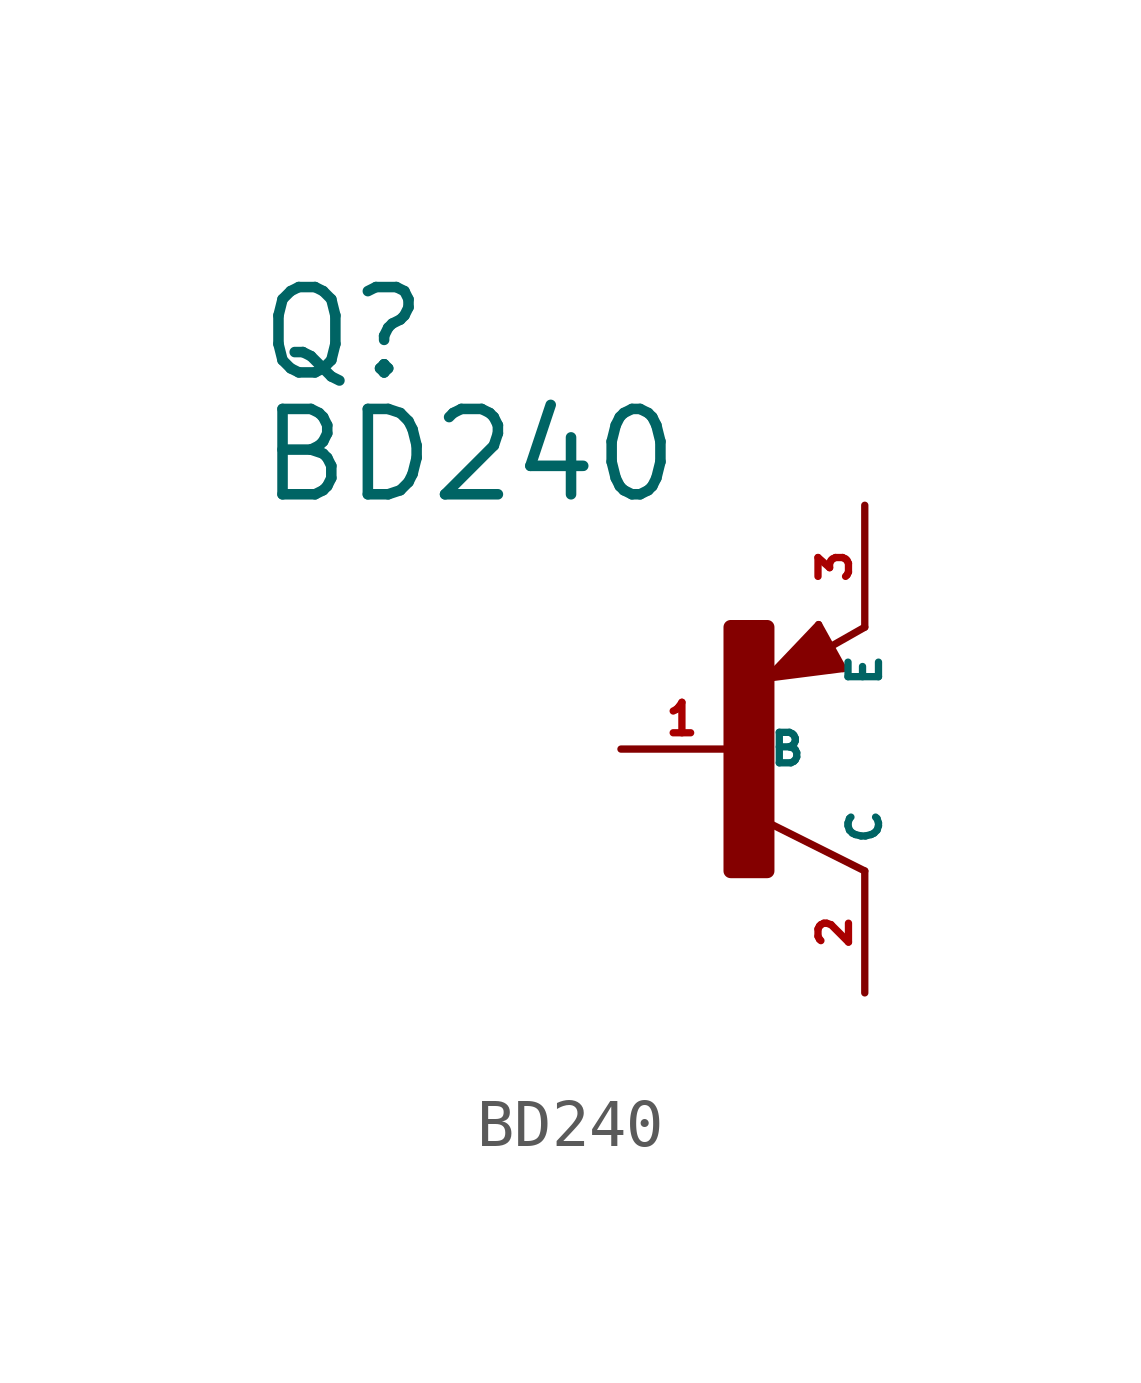
<source format=kicad_sym>
(kicad_symbol_lib
  (version 20220914)
  (generator Eagle2Kicad)
  (symbol "BD240"
    (property "Reference" "Q"
      (at -10.16 7.62 0)
      (effects (font (size 1.778 1.778) (thickness 0.22)) (justify left bottom)))
    (property "Value" "BD240"
      (at -10.16 5.08 0)
      (effects (font (size 1.778 1.778) (thickness 0.22)) (justify left bottom)))
    (polyline
      (pts (xy 2.086 1.678) (xy 1.578 2.594))
      (stroke (width 0.152) (type default))
      (fill (type none)))
    (polyline
      (pts (xy 1.578 2.594) (xy 0.516 1.478))
      (stroke (width 0.152) (type default))
      (fill (type none)))
    (polyline
      (pts (xy 0.516 1.478) (xy 2.086 1.678))
      (stroke (width 0.152) (type default))
      (fill (type none)))
    (polyline
      (pts (xy 2.54 2.54) (xy 1.808 2.124))
      (stroke (width 0.152) (type default))
      (fill (type none)))
    (polyline
      (pts (xy 2.54 -2.54) (xy 0.508 -1.524))
      (stroke (width 0.152) (type default))
      (fill (type none)))
    (polyline
      (pts (xy 1.905 1.778) (xy 1.524 2.413))
      (stroke (width 0.254) (type default))
      (fill (type none)))
    (polyline
      (pts (xy 1.524 2.413) (xy 0.762 1.651))
      (stroke (width 0.254) (type default))
      (fill (type none)))
    (polyline
      (pts (xy 0.762 1.651) (xy 1.778 1.778))
      (stroke (width 0.254) (type default))
      (fill (type none)))
    (polyline
      (pts (xy 1.778 1.778) (xy 1.524 2.159))
      (stroke (width 0.254) (type default))
      (fill (type none)))
    (polyline
      (pts (xy 1.524 2.159) (xy 1.143 1.905))
      (stroke (width 0.254) (type default))
      (fill (type none)))
    (polyline
      (pts (xy 1.143 1.905) (xy 1.524 1.905))
      (stroke (width 0.254) (type default))
      (fill (type none)))
    (rectangle
      (start -0.254 -2.54)
      (end 0.508 2.54)
      (stroke (width 0.3) (type default))
      (fill (type outline)))
    (pin passive line
      (at -2.54 0 0)
      (length 2.54)
      (name "B" (effects (font (size 0.635 0.635) (thickness 0.08)) (justify left bottom)))
      (number "1" (effects (font (size 0.635 0.635) (thickness 0.08)) (justify left bottom))))
    (pin passive line
      (at 2.54 5.08 270)
      (length 2.54)
      (name "E" (effects (font (size 0.635 0.635) (thickness 0.08)) (justify left bottom)))
      (number "3" (effects (font (size 0.635 0.635) (thickness 0.08)) (justify left bottom))))
    (pin passive line
      (at 2.54 -5.08 90)
      (length 2.54)
      (name "C" (effects (font (size 0.635 0.635) (thickness 0.08)) (justify left bottom)))
      (number "2" (effects (font (size 0.635 0.635) (thickness 0.08)) (justify left bottom))))))
</source>
